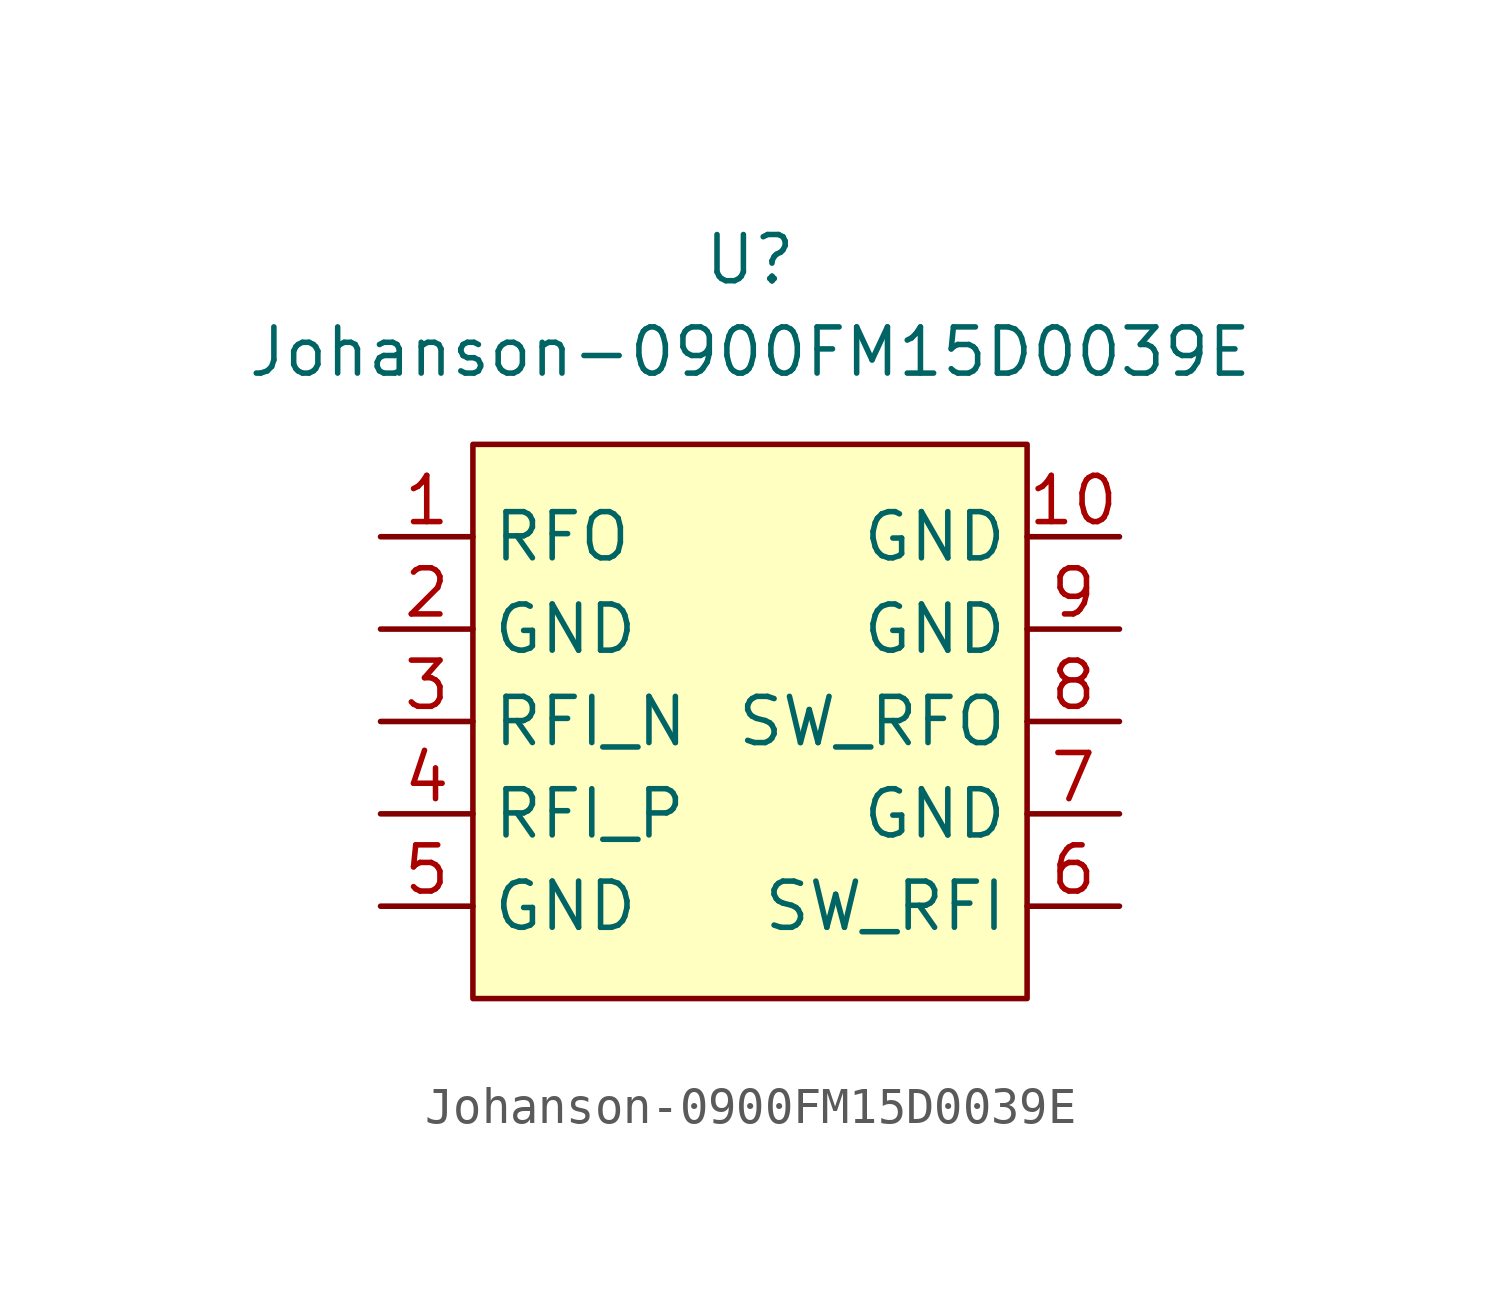
<source format=kicad_sym>
(kicad_symbol_lib
  (version 20211014)
  (generator kicad_symbol_editor)
  (symbol "Johanson-0900FM15D0039E"
    (property "Reference" "U"
      (at 0 5.08 0)
      (effects (font (size 1.27 1.27))))
    (property "Value" "Johanson-0900FM15D0039E"
      (at 0 2.54 0)
      (effects (font (size 1.27 1.27))))
    (symbol "Johanson-0900FM15D0039E_0_1"
      (rectangle (start -7.62 0) (end 7.62 -15.24) (stroke (width 0) (type default) (color 0 0 0 0)) (fill (type background))))
    (symbol "Johanson-0900FM15D0039E_1_1"
      (pin passive line (at -10.16 -2.54 0) (length 2.54) (name "RFO" (effects (font (size 1.27 1.27)))) (number "1" (effects (font (size 1.27 1.27)))))
      (pin passive line (at 10.16 -2.54 180) (length 2.54) (name "GND" (effects (font (size 1.27 1.27)))) (number "10" (effects (font (size 1.27 1.27)))))
      (pin passive line (at -10.16 -5.08 0) (length 2.54) (name "GND" (effects (font (size 1.27 1.27)))) (number "2" (effects (font (size 1.27 1.27)))))
      (pin passive line (at -10.16 -7.62 0) (length 2.54) (name "RFI_N" (effects (font (size 1.27 1.27)))) (number "3" (effects (font (size 1.27 1.27)))))
      (pin passive line (at -10.16 -10.16 0) (length 2.54) (name "RFI_P" (effects (font (size 1.27 1.27)))) (number "4" (effects (font (size 1.27 1.27)))))
      (pin passive line (at -10.16 -12.7 0) (length 2.54) (name "GND" (effects (font (size 1.27 1.27)))) (number "5" (effects (font (size 1.27 1.27)))))
      (pin passive line (at 10.16 -12.7 180) (length 2.54) (name "SW_RFI" (effects (font (size 1.27 1.27)))) (number "6" (effects (font (size 1.27 1.27)))))
      (pin passive line (at 10.16 -10.16 180) (length 2.54) (name "GND" (effects (font (size 1.27 1.27)))) (number "7" (effects (font (size 1.27 1.27)))))
      (pin passive line (at 10.16 -7.62 180) (length 2.54) (name "SW_RFO" (effects (font (size 1.27 1.27)))) (number "8" (effects (font (size 1.27 1.27)))))
      (pin passive line (at 10.16 -5.08 180) (length 2.54) (name "GND" (effects (font (size 1.27 1.27)))) (number "9" (effects (font (size 1.27 1.27))))))))
</source>
